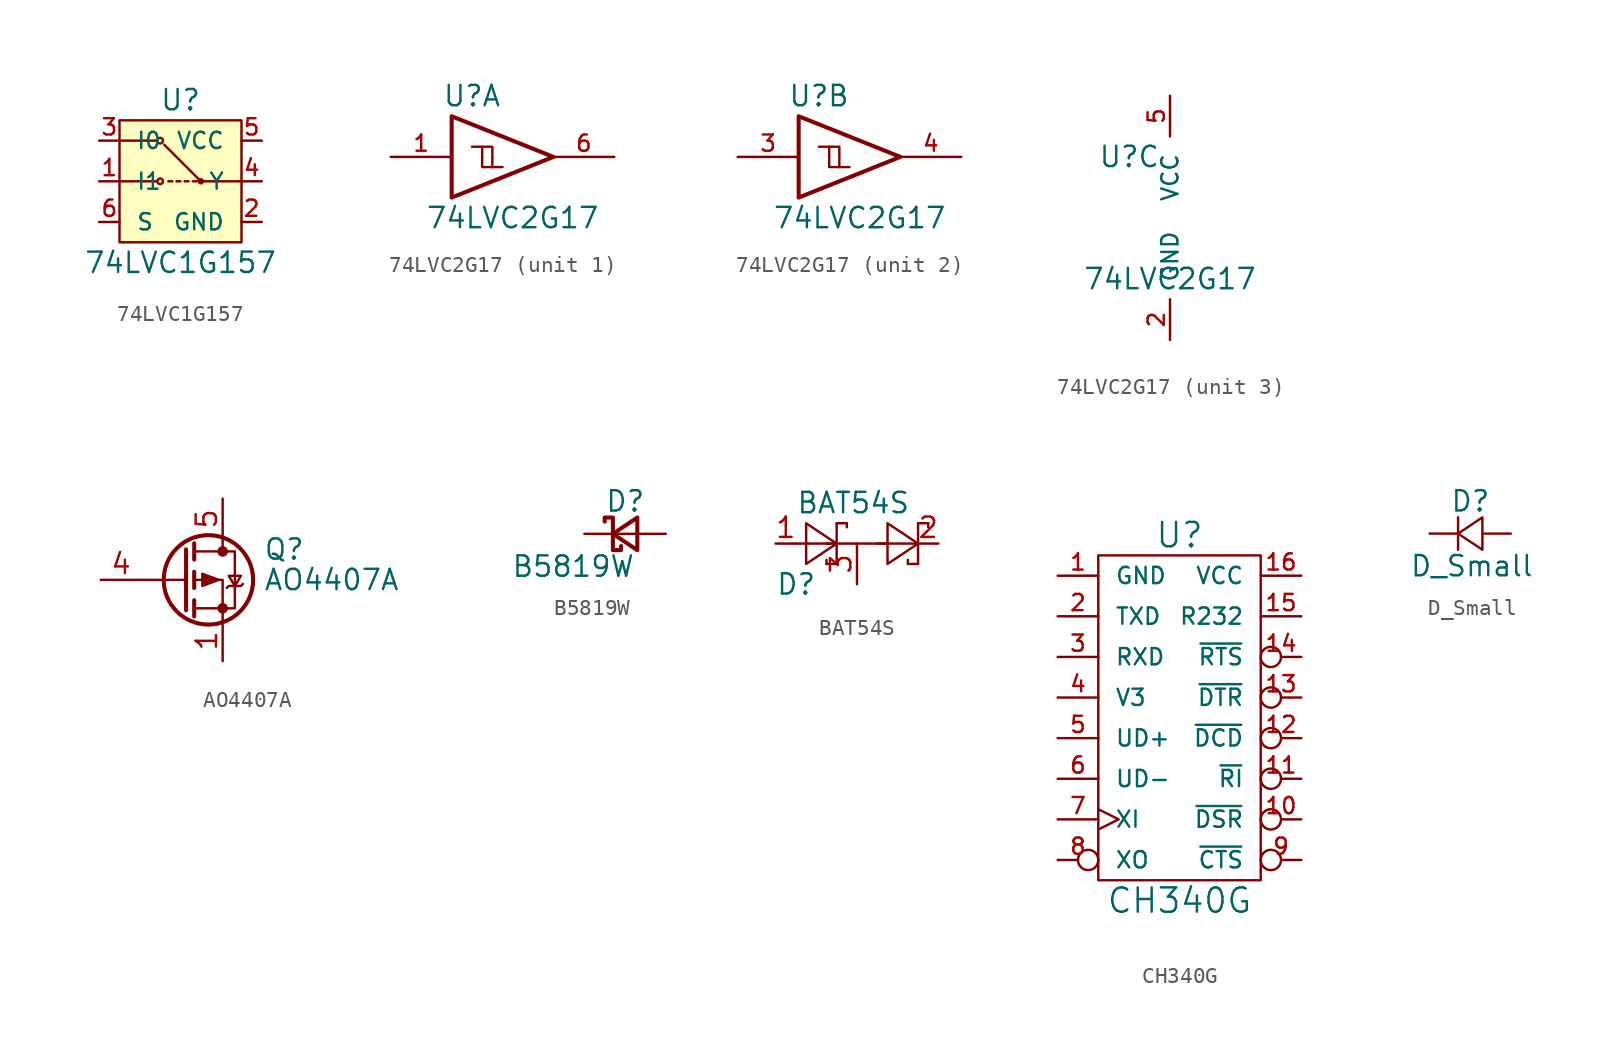
<source format=kicad_sym>
(kicad_symbol_lib
  (version 20211014)
  (generator kicad_symbol_editor)
  (symbol "74LVC1G157"
    (pin_names
      (offset 1.016))
    (property "Reference" "U"
      (at 0 5.08 0)
      (effects (font (size 1.27 1.27))))
    (property "Value" "74LVC1G157"
      (at 0 -5.08 0)
      (effects (font (size 1.27 1.27))))
    (symbol "74LVC1G157_0_1"
      (rectangle (start -3.81 3.81) (end 3.81 -3.81) (stroke (width 0) (type default) (color 0 0 0 0)) (fill (type background)))
      (circle (center -1.27 0) (radius 0.178) (stroke (width 0) (type default) (color 0 0 0 0)) (fill (type none)))
      (circle (center -1.27 2.54) (radius 0.178) (stroke (width 0) (type default) (color 0 0 0 0)) (fill (type none)))
      (polyline (pts (xy -3.81 2.54) (xy -1.524 2.54)) (stroke (width 0) (type default) (color 0 0 0 0)) (fill (type none)))
      (polyline (pts (xy -1.524 0) (xy -3.81 0)) (stroke (width 0) (type default) (color 0 0 0 0)) (fill (type none)))
      (polyline (pts (xy -0.508 0) (xy -0.762 0)) (stroke (width 0) (type default) (color 0 0 0 0)) (fill (type none)))
      (polyline (pts (xy 0 0) (xy -0.254 0)) (stroke (width 0) (type default) (color 0 0 0 0)) (fill (type none)))
      (polyline (pts (xy 0.508 0) (xy 0.254 0)) (stroke (width 0) (type default) (color 0 0 0 0)) (fill (type none)))
      (polyline (pts (xy 1.016 0) (xy 0.762 0)) (stroke (width 0) (type default) (color 0 0 0 0)) (fill (type none)))
      (polyline (pts (xy -1.016 2.286) (xy 1.27 0) (xy 3.81 0)) (stroke (width 0) (type default) (color 0 0 0 0)) (fill (type none)))
      (circle (center 1.27 0) (radius 0.127) (stroke (width 0) (type default) (color 0 0 0 0)) (fill (type none))))
    (symbol "74LVC1G157_1_1"
      (pin input line (at -5.08 0 0) (length 1.27) (name "I1" (effects (font (size 1.016 1.016)))) (number "1" (effects (font (size 1.016 1.016)))))
      (pin power_in line (at 5.08 -2.54 180) (length 1.27) (name "GND" (effects (font (size 1.016 1.016)))) (number "2" (effects (font (size 1.016 1.016)))))
      (pin input line (at -5.08 2.54 0) (length 1.27) (name "I0" (effects (font (size 1.016 1.016)))) (number "3" (effects (font (size 1.016 1.016)))))
      (pin output line (at 5.08 0 180) (length 1.27) (name "Y" (effects (font (size 1.016 1.016)))) (number "4" (effects (font (size 1.016 1.016)))))
      (pin power_in line (at 5.08 2.54 180) (length 1.27) (name "VCC" (effects (font (size 1.016 1.016)))) (number "5" (effects (font (size 1.016 1.016)))))
      (pin input line (at -5.08 -2.54 0) (length 1.27) (name "S" (effects (font (size 1.016 1.016)))) (number "6" (effects (font (size 1.016 1.016)))))))
  (symbol "74LVC2G17"
    (pin_names
      (offset 1.016))
    (property "Reference" "U"
      (at -2.54 3.81 0)
      (effects (font (size 1.27 1.27))))
    (property "Value" "74LVC2G17"
      (at 0 -3.81 0)
      (effects (font (size 1.27 1.27))))
    (property "ki_locked" ""
      (at 0 0 0)
      (effects (font (size 1.27 1.27))))
    (symbol "74LVC2G17_1_1"
      (polyline (pts (xy -1.905 0.635) (xy -1.27 0.635) (xy -1.27 -0.635)) (stroke (width 0) (type default) (color 0 0 0 0)) (fill (type none)))
      (polyline (pts (xy -3.81 2.54) (xy -3.81 -2.54) (xy 2.54 0) (xy -3.81 2.54)) (stroke (width 0.254) (type default) (color 0 0 0 0)) (fill (type none)))
      (polyline (pts (xy -2.54 0.635) (xy -1.905 0.635) (xy -1.905 -0.635) (xy -0.635 -0.635)) (stroke (width 0) (type default) (color 0 0 0 0)) (fill (type none)))
      (pin input line (at -7.62 0 0) (length 3.81) (name "~" (effects (font (size 1.016 1.016)))) (number "1" (effects (font (size 1.016 1.016)))))
      (pin output line (at 6.35 0 180) (length 3.81) (name "~" (effects (font (size 1.016 1.016)))) (number "6" (effects (font (size 1.016 1.016))))))
    (symbol "74LVC2G17_2_1"
      (polyline (pts (xy -1.905 0.635) (xy -1.27 0.635) (xy -1.27 -0.635)) (stroke (width 0) (type default) (color 0 0 0 0)) (fill (type none)))
      (polyline (pts (xy -3.81 2.54) (xy -3.81 -2.54) (xy 2.54 0) (xy -3.81 2.54)) (stroke (width 0.254) (type default) (color 0 0 0 0)) (fill (type none)))
      (polyline (pts (xy -2.54 0.635) (xy -1.905 0.635) (xy -1.905 -0.635) (xy -0.635 -0.635)) (stroke (width 0) (type default) (color 0 0 0 0)) (fill (type none)))
      (pin input line (at -7.62 0 0) (length 3.81) (name "~" (effects (font (size 1.016 1.016)))) (number "3" (effects (font (size 1.016 1.016)))))
      (pin output line (at 6.35 0 180) (length 3.81) (name "~" (effects (font (size 1.016 1.016)))) (number "4" (effects (font (size 1.016 1.016))))))
    (symbol "74LVC2G17_3_1"
      (pin power_in line (at 0 -7.62 90) (length 2.54) (name "GND" (effects (font (size 1.016 1.016)))) (number "2" (effects (font (size 1.016 1.016)))))
      (pin power_in line (at 0 7.62 270) (length 2.54) (name "VCC" (effects (font (size 1.016 1.016)))) (number "5" (effects (font (size 1.016 1.016)))))))
  (symbol "AO4407A"
    (pin_names hide)
    (property "Reference" "Q"
      (at 5.08 1.905 0)
      (effects (font (size 1.27 1.27)) (justify left)))
    (property "Value" "AO4407A"
      (at 5.08 0 0)
      (effects (font (size 1.27 1.27)) (justify left)))
    (symbol "AO4407A_0_1"
      (polyline (pts (xy 0.254 0) (xy -2.54 0)) (stroke (width 0) (type default) (color 0 0 0 0)) (fill (type none)))
      (polyline (pts (xy 0.254 1.905) (xy 0.254 -1.905)) (stroke (width 0.254) (type default) (color 0 0 0 0)) (fill (type none)))
      (polyline (pts (xy 0.762 -1.27) (xy 0.762 -2.286)) (stroke (width 0.254) (type default) (color 0 0 0 0)) (fill (type none)))
      (polyline (pts (xy 0.762 0.508) (xy 0.762 -0.508)) (stroke (width 0.254) (type default) (color 0 0 0 0)) (fill (type none)))
      (polyline (pts (xy 0.762 2.286) (xy 0.762 1.27)) (stroke (width 0.254) (type default) (color 0 0 0 0)) (fill (type none)))
      (polyline (pts (xy 2.54 2.54) (xy 2.54 1.778)) (stroke (width 0) (type default) (color 0 0 0 0)) (fill (type none)))
      (polyline (pts (xy 2.54 -2.54) (xy 2.54 0) (xy 0.762 0)) (stroke (width 0) (type default) (color 0 0 0 0)) (fill (type none)))
      (polyline (pts (xy 0.762 1.778) (xy 3.302 1.778) (xy 3.302 -1.778) (xy 0.762 -1.778)) (stroke (width 0) (type default) (color 0 0 0 0)) (fill (type none)))
      (polyline (pts (xy 2.286 0) (xy 1.27 0.381) (xy 1.27 -0.381) (xy 2.286 0)) (stroke (width 0) (type default) (color 0 0 0 0)) (fill (type outline)))
      (polyline (pts (xy 2.794 -0.508) (xy 2.921 -0.381) (xy 3.683 -0.381) (xy 3.81 -0.254)) (stroke (width 0) (type default) (color 0 0 0 0)) (fill (type none)))
      (polyline (pts (xy 3.302 -0.381) (xy 2.921 0.254) (xy 3.683 0.254) (xy 3.302 -0.381)) (stroke (width 0) (type default) (color 0 0 0 0)) (fill (type none)))
      (circle (center 1.651 0) (radius 2.794) (stroke (width 0.254) (type default) (color 0 0 0 0)) (fill (type none)))
      (circle (center 2.54 -1.778) (radius 0.254) (stroke (width 0) (type default) (color 0 0 0 0)) (fill (type outline)))
      (circle (center 2.54 1.778) (radius 0.254) (stroke (width 0) (type default) (color 0 0 0 0)) (fill (type outline))))
    (symbol "AO4407A_1_1"
      (pin passive line (at 2.54 -5.08 90) (length 2.54) (name "S" (effects (font (size 1.27 1.27)))) (number "1" (effects (font (size 1.27 1.27)))))
      (pin passive line (at 2.54 -5.08 90) (length 2.54) hide (name "S" (effects (font (size 1.27 1.27)))) (number "2" (effects (font (size 1.27 1.27)))))
      (pin passive line (at 2.54 -5.08 90) (length 2.54) hide (name "S" (effects (font (size 1.27 1.27)))) (number "3" (effects (font (size 1.27 1.27)))))
      (pin input line (at -5.08 0 0) (length 2.54) (name "G" (effects (font (size 1.27 1.27)))) (number "4" (effects (font (size 1.27 1.27)))))
      (pin passive line (at 2.54 5.08 270) (length 2.54) (name "D" (effects (font (size 1.27 1.27)))) (number "5" (effects (font (size 1.27 1.27)))))
      (pin passive line (at 2.54 5.08 270) (length 2.54) hide (name "D" (effects (font (size 1.27 1.27)))) (number "6" (effects (font (size 1.27 1.27)))))
      (pin passive line (at 2.54 5.08 270) (length 2.54) hide (name "D" (effects (font (size 1.27 1.27)))) (number "7" (effects (font (size 1.27 1.27)))))
      (pin passive line (at 2.54 5.08 270) (length 2.54) hide (name "D" (effects (font (size 1.27 1.27)))) (number "8" (effects (font (size 1.27 1.27)))))))
  (symbol "B5819W"
    (pin_numbers hide)
    (pin_names
      (offset 0.254) hide)
    (property "Reference" "D"
      (at -1.27 2.032 0)
      (effects (font (size 1.27 1.27)) (justify left)))
    (property "Value" "B5819W"
      (at -7.112 -2.032 0)
      (effects (font (size 1.27 1.27)) (justify left)))
    (symbol "B5819W_0_1"
      (polyline (pts (xy -0.762 0) (xy 0.762 0)) (stroke (width 0) (type default) (color 0 0 0 0)) (fill (type none)))
      (polyline (pts (xy 0.762 -1.016) (xy -0.762 0) (xy 0.762 1.016) (xy 0.762 -1.016)) (stroke (width 0.254) (type default) (color 0 0 0 0)) (fill (type none)))
      (polyline (pts (xy -1.27 0.762) (xy -1.27 1.016) (xy -0.762 1.016) (xy -0.762 -1.016) (xy -0.254 -1.016) (xy -0.254 -0.762)) (stroke (width 0.254) (type default) (color 0 0 0 0)) (fill (type none))))
    (symbol "B5819W_1_1"
      (pin passive line (at -2.54 0 0) (length 1.778) (name "K" (effects (font (size 1.27 1.27)))) (number "1" (effects (font (size 1.27 1.27)))))
      (pin passive line (at 2.54 0 180) (length 1.778) (name "A" (effects (font (size 1.27 1.27)))) (number "2" (effects (font (size 1.27 1.27)))))))
  (symbol "BAT54S"
    (pin_names
      (offset 0))
    (property "Reference" "D"
      (at -5.08 -2.54 0)
      (effects (font (size 1.27 1.27)) (justify left)))
    (property "Value" "BAT54S"
      (at -3.81 2.54 0)
      (effects (font (size 1.27 1.27)) (justify left)))
    (symbol "BAT54S_0_1"
      (polyline (pts (xy -3.81 0) (xy -1.27 0)) (stroke (width 0) (type default) (color 0 0 0 0)) (fill (type none)))
      (polyline (pts (xy -1.905 -1.27) (xy -1.905 -1.016)) (stroke (width 0) (type default) (color 0 0 0 0)) (fill (type none)))
      (polyline (pts (xy -1.905 0) (xy 1.905 0)) (stroke (width 0) (type default) (color 0 0 0 0)) (fill (type none)))
      (polyline (pts (xy -1.27 -1.27) (xy -1.905 -1.27)) (stroke (width 0) (type default) (color 0 0 0 0)) (fill (type none)))
      (polyline (pts (xy -1.27 -1.27) (xy -1.27 1.27)) (stroke (width 0) (type default) (color 0 0 0 0)) (fill (type none)))
      (polyline (pts (xy -1.27 1.27) (xy -0.635 1.27)) (stroke (width 0) (type default) (color 0 0 0 0)) (fill (type none)))
      (polyline (pts (xy -0.635 1.27) (xy -0.635 1.016)) (stroke (width 0) (type default) (color 0 0 0 0)) (fill (type none)))
      (polyline (pts (xy 1.27 0) (xy 3.81 0)) (stroke (width 0) (type default) (color 0 0 0 0)) (fill (type none)))
      (polyline (pts (xy 3.175 -1.27) (xy 3.175 -1.016)) (stroke (width 0) (type default) (color 0 0 0 0)) (fill (type none)))
      (polyline (pts (xy 3.81 -1.27) (xy 3.175 -1.27)) (stroke (width 0) (type default) (color 0 0 0 0)) (fill (type none)))
      (polyline (pts (xy 3.81 -1.27) (xy 3.81 1.27)) (stroke (width 0) (type default) (color 0 0 0 0)) (fill (type none)))
      (polyline (pts (xy 3.81 1.27) (xy 4.445 1.27)) (stroke (width 0) (type default) (color 0 0 0 0)) (fill (type none)))
      (polyline (pts (xy 4.445 1.27) (xy 4.445 1.016)) (stroke (width 0) (type default) (color 0 0 0 0)) (fill (type none)))
      (polyline (pts (xy -3.175 1.27) (xy -3.175 -1.27) (xy -1.27 0) (xy -3.175 1.27)) (stroke (width 0) (type default) (color 0 0 0 0)) (fill (type none)))
      (polyline (pts (xy 1.905 1.27) (xy 1.905 -1.27) (xy 3.81 0) (xy 1.905 1.27)) (stroke (width 0) (type default) (color 0 0 0 0)) (fill (type none))))
    (symbol "BAT54S_1_1"
      (pin passive line (at -5.08 0 0) (length 1.27) (name "~" (effects (font (size 1.27 1.27)))) (number "1" (effects (font (size 1.27 1.27)))))
      (pin passive line (at 5.08 0 180) (length 1.27) (name "~" (effects (font (size 1.27 1.27)))) (number "2" (effects (font (size 1.27 1.27)))))
      (pin passive line (at 0 -2.54 90) (length 2.54) (name "~" (effects (font (size 1.27 1.27)))) (number "3" (effects (font (size 1.27 1.27)))))))
  (symbol "CH340G"
    (pin_names
      (offset 1.016))
    (property "Reference" "U"
      (at 0 10.16 0)
      (effects (font (size 1.524 1.524))))
    (property "Value" "CH340G"
      (at 0 -12.7 0)
      (effects (font (size 1.524 1.524))))
    (symbol "CH340G_0_1"
      (rectangle (start -5.08 8.89) (end 5.08 -11.43) (stroke (width 0) (type default) (color 0 0 0 0)) (fill (type none))))
    (symbol "CH340G_1_1"
      (pin power_in line (at -7.62 7.62 0) (length 2.54) (name "GND" (effects (font (size 1.016 1.016)))) (number "1" (effects (font (size 1.016 1.016)))))
      (pin input inverted (at 7.62 -7.62 180) (length 2.54) (name "~{DSR}" (effects (font (size 1.016 1.016)))) (number "10" (effects (font (size 1.016 1.016)))))
      (pin input inverted (at 7.62 -5.08 180) (length 2.54) (name "~{RI}" (effects (font (size 1.016 1.016)))) (number "11" (effects (font (size 1.016 1.016)))))
      (pin input inverted (at 7.62 -2.54 180) (length 2.54) (name "~{DCD}" (effects (font (size 1.016 1.016)))) (number "12" (effects (font (size 1.016 1.016)))))
      (pin output inverted (at 7.62 0 180) (length 2.54) (name "~{DTR}" (effects (font (size 1.016 1.016)))) (number "13" (effects (font (size 1.016 1.016)))))
      (pin output inverted (at 7.62 2.54 180) (length 2.54) (name "~{RTS}" (effects (font (size 1.016 1.016)))) (number "14" (effects (font (size 1.016 1.016)))))
      (pin unspecified line (at 7.62 5.08 180) (length 2.54) (name "R232" (effects (font (size 1.016 1.016)))) (number "15" (effects (font (size 1.016 1.016)))))
      (pin power_in line (at 7.62 7.62 180) (length 2.54) (name "VCC" (effects (font (size 1.016 1.016)))) (number "16" (effects (font (size 1.016 1.016)))))
      (pin output line (at -7.62 5.08 0) (length 2.54) (name "TXD" (effects (font (size 1.016 1.016)))) (number "2" (effects (font (size 1.016 1.016)))))
      (pin input line (at -7.62 2.54 0) (length 2.54) (name "RXD" (effects (font (size 1.016 1.016)))) (number "3" (effects (font (size 1.016 1.016)))))
      (pin bidirectional line (at -7.62 0 0) (length 2.54) (name "V3" (effects (font (size 1.016 1.016)))) (number "4" (effects (font (size 1.016 1.016)))))
      (pin bidirectional line (at -7.62 -2.54 0) (length 2.54) (name "UD+" (effects (font (size 1.016 1.016)))) (number "5" (effects (font (size 1.016 1.016)))))
      (pin bidirectional line (at -7.62 -5.08 0) (length 2.54) (name "UD-" (effects (font (size 1.016 1.016)))) (number "6" (effects (font (size 1.016 1.016)))))
      (pin input clock (at -7.62 -7.62 0) (length 2.54) (name "XI" (effects (font (size 1.016 1.016)))) (number "7" (effects (font (size 1.016 1.016)))))
      (pin output inverted (at -7.62 -10.16 0) (length 2.54) (name "XO" (effects (font (size 1.016 1.016)))) (number "8" (effects (font (size 1.016 1.016)))))
      (pin input inverted (at 7.62 -10.16 180) (length 2.54) (name "~{CTS}" (effects (font (size 1.016 1.016)))) (number "9" (effects (font (size 1.016 1.016)))))))
  (symbol "D_Small"
    (pin_numbers hide)
    (pin_names
      (offset 0.254) hide)
    (property "Reference" "D"
      (at -1.27 2.032 0)
      (effects (font (size 1.27 1.27)) (justify left)))
    (property "Value" "D_Small"
      (at -3.81 -2.032 0)
      (effects (font (size 1.27 1.27)) (justify left)))
    (symbol "D_Small_0_1"
      (polyline (pts (xy -0.762 -1.016) (xy -0.762 1.016)) (stroke (width 0) (type default) (color 0 0 0 0)) (fill (type none)))
      (polyline (pts (xy 0.762 -1.016) (xy -0.762 0) (xy 0.762 1.016) (xy 0.762 -1.016)) (stroke (width 0) (type default) (color 0 0 0 0)) (fill (type none))))
    (symbol "D_Small_1_1"
      (pin passive line (at -2.54 0 0) (length 1.778) (name "K" (effects (font (size 1.27 1.27)))) (number "1" (effects (font (size 1.27 1.27)))))
      (pin passive line (at 2.54 0 180) (length 1.778) (name "A" (effects (font (size 1.27 1.27)))) (number "2" (effects (font (size 1.27 1.27))))))))
</source>
